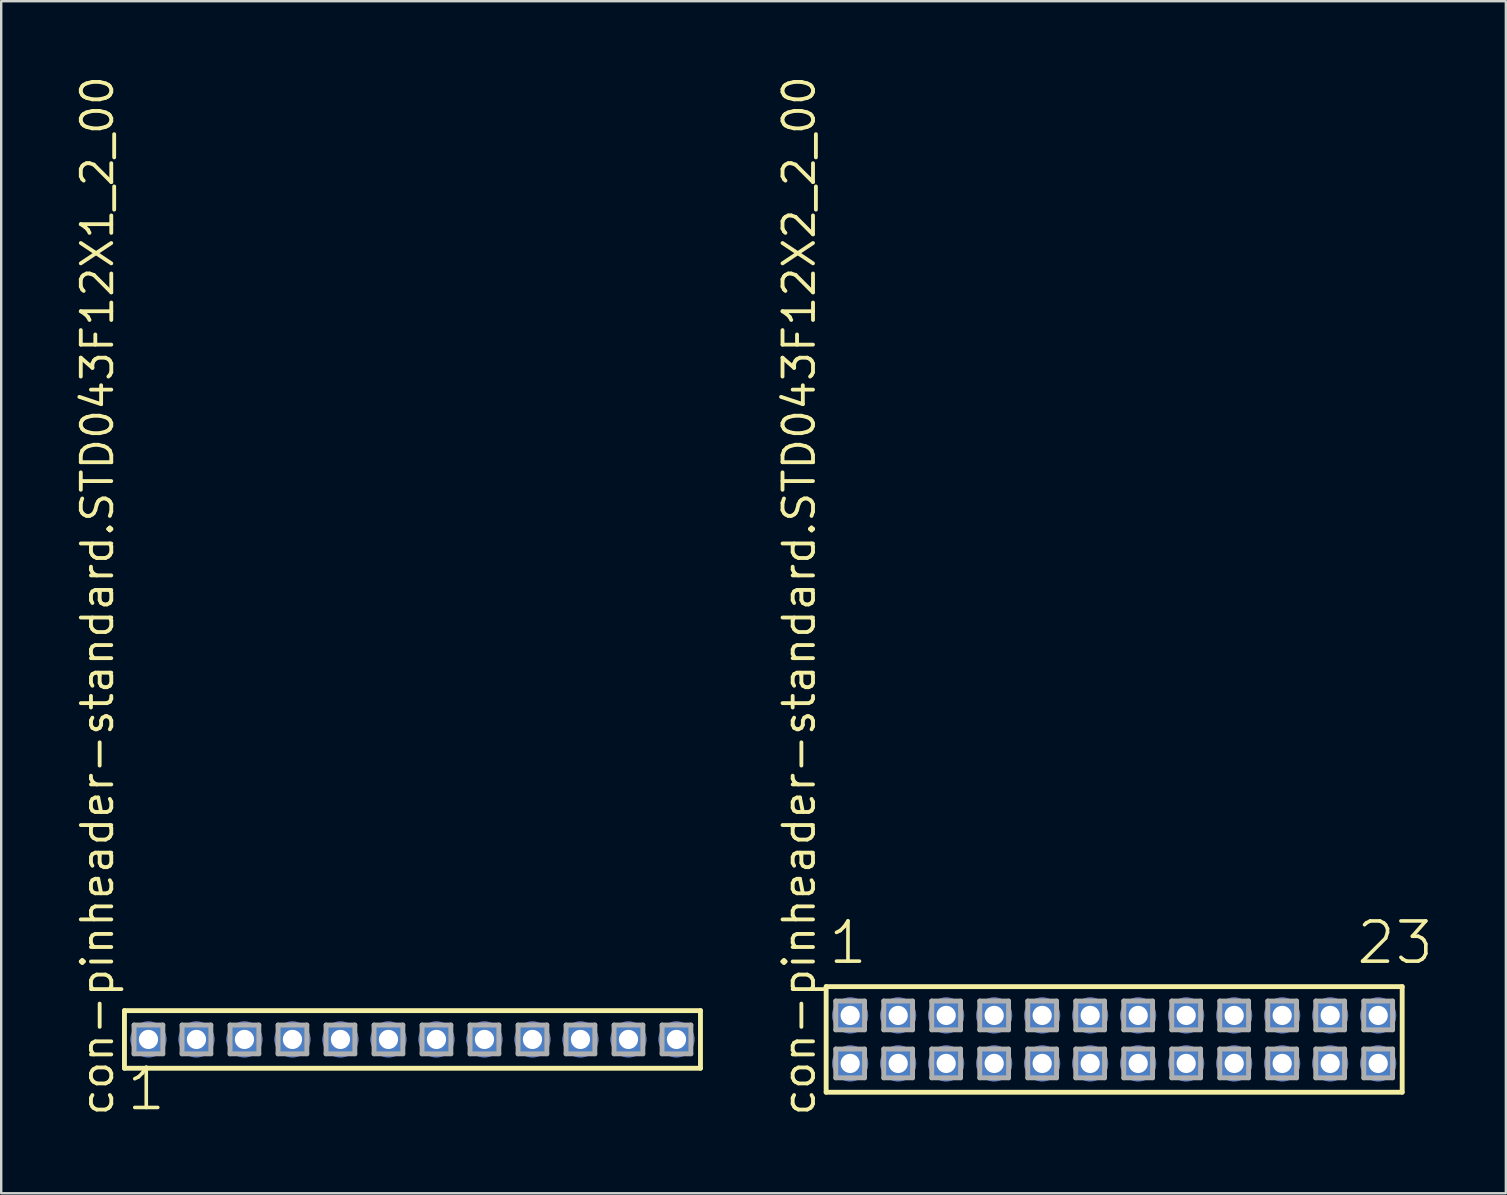
<source format=kicad_pcb>
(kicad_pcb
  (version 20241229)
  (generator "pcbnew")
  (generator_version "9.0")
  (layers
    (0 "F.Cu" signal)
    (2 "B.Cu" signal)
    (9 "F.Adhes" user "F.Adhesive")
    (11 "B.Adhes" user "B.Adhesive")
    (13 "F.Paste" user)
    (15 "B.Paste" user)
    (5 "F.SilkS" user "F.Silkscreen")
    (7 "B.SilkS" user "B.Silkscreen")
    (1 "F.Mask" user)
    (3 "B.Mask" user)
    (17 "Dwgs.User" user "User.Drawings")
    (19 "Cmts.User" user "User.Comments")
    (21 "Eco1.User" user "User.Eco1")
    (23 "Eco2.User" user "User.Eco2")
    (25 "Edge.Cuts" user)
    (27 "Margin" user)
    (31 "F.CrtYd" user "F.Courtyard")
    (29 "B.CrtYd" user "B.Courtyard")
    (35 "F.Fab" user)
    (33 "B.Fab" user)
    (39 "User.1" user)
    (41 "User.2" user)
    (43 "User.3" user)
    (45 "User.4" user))
  (footprint "con-pinheader-standard.STD043F12X2_2_00"
    (layer "F.Cu")
    (at 43.372 40.257)
    (property "Reference" "con-pinheader-standard.STD043F12X2_2_00" (at -12.385 3.27 90) (layer "F.SilkS") (effects (font (size 1.27 1.27) (thickness 0.16)) (justify left bottom)))
    (attr through_hole)
    (fp_line (start -12 -2.2) (end 12 -2.2) (stroke (width 0.203) (type default)) (layer "F.SilkS"))
    (fp_line (start -12 2.2) (end -12 -2.2) (stroke (width 0.203) (type default)) (layer "F.SilkS"))
    (fp_line (start 12 -2.2) (end 12 2.2) (stroke (width 0.203) (type default)) (layer "F.SilkS"))
    (fp_line (start 12 2.2) (end -12 2.2) (stroke (width 0.203) (type default)) (layer "F.SilkS"))
    (fp_line (start -11.6 -1.6) (end -10.4 -1.6) (stroke (width 0.203) (type default)) (layer "F.Fab"))
    (fp_line (start -11.6 -0.4) (end -11.6 -1.6) (stroke (width 0.203) (type default)) (layer "F.Fab"))
    (fp_line (start -11.6 0.4) (end -10.4 0.4) (stroke (width 0.203) (type default)) (layer "F.Fab"))
    (fp_line (start -11.6 1.6) (end -11.6 0.4) (stroke (width 0.203) (type default)) (layer "F.Fab"))
    (fp_line (start -10.4 -1.6) (end -10.4 -0.4) (stroke (width 0.203) (type default)) (layer "F.Fab"))
    (fp_line (start -10.4 -0.4) (end -11.6 -0.4) (stroke (width 0.203) (type default)) (layer "F.Fab"))
    (fp_line (start -10.4 0.4) (end -10.4 1.6) (stroke (width 0.203) (type default)) (layer "F.Fab"))
    (fp_line (start -10.4 1.6) (end -11.6 1.6) (stroke (width 0.203) (type default)) (layer "F.Fab"))
    (fp_line (start -9.6 -1.6) (end -8.4 -1.6) (stroke (width 0.203) (type default)) (layer "F.Fab"))
    (fp_line (start -9.6 -0.4) (end -9.6 -1.6) (stroke (width 0.203) (type default)) (layer "F.Fab"))
    (fp_line (start -9.6 0.4) (end -8.4 0.4) (stroke (width 0.203) (type default)) (layer "F.Fab"))
    (fp_line (start -9.6 1.6) (end -9.6 0.4) (stroke (width 0.203) (type default)) (layer "F.Fab"))
    (fp_line (start -8.4 -1.6) (end -8.4 -0.4) (stroke (width 0.203) (type default)) (layer "F.Fab"))
    (fp_line (start -8.4 -0.4) (end -9.6 -0.4) (stroke (width 0.203) (type default)) (layer "F.Fab"))
    (fp_line (start -8.4 0.4) (end -8.4 1.6) (stroke (width 0.203) (type default)) (layer "F.Fab"))
    (fp_line (start -8.4 1.6) (end -9.6 1.6) (stroke (width 0.203) (type default)) (layer "F.Fab"))
    (fp_line (start -7.6 -1.6) (end -6.4 -1.6) (stroke (width 0.203) (type default)) (layer "F.Fab"))
    (fp_line (start -7.6 -0.4) (end -7.6 -1.6) (stroke (width 0.203) (type default)) (layer "F.Fab"))
    (fp_line (start -7.6 0.4) (end -6.4 0.4) (stroke (width 0.203) (type default)) (layer "F.Fab"))
    (fp_line (start -7.6 1.6) (end -7.6 0.4) (stroke (width 0.203) (type default)) (layer "F.Fab"))
    (fp_line (start -6.4 -1.6) (end -6.4 -0.4) (stroke (width 0.203) (type default)) (layer "F.Fab"))
    (fp_line (start -6.4 -0.4) (end -7.6 -0.4) (stroke (width 0.203) (type default)) (layer "F.Fab"))
    (fp_line (start -6.4 0.4) (end -6.4 1.6) (stroke (width 0.203) (type default)) (layer "F.Fab"))
    (fp_line (start -6.4 1.6) (end -7.6 1.6) (stroke (width 0.203) (type default)) (layer "F.Fab"))
    (fp_line (start -5.6 -1.6) (end -4.4 -1.6) (stroke (width 0.203) (type default)) (layer "F.Fab"))
    (fp_line (start -5.6 -0.4) (end -5.6 -1.6) (stroke (width 0.203) (type default)) (layer "F.Fab"))
    (fp_line (start -5.6 0.4) (end -4.4 0.4) (stroke (width 0.203) (type default)) (layer "F.Fab"))
    (fp_line (start -5.6 1.6) (end -5.6 0.4) (stroke (width 0.203) (type default)) (layer "F.Fab"))
    (fp_line (start -4.4 -1.6) (end -4.4 -0.4) (stroke (width 0.203) (type default)) (layer "F.Fab"))
    (fp_line (start -4.4 -0.4) (end -5.6 -0.4) (stroke (width 0.203) (type default)) (layer "F.Fab"))
    (fp_line (start -4.4 0.4) (end -4.4 1.6) (stroke (width 0.203) (type default)) (layer "F.Fab"))
    (fp_line (start -4.4 1.6) (end -5.6 1.6) (stroke (width 0.203) (type default)) (layer "F.Fab"))
    (fp_line (start -3.6 -1.6) (end -2.4 -1.6) (stroke (width 0.203) (type default)) (layer "F.Fab"))
    (fp_line (start -3.6 -0.4) (end -3.6 -1.6) (stroke (width 0.203) (type default)) (layer "F.Fab"))
    (fp_line (start -3.6 0.4) (end -2.4 0.4) (stroke (width 0.203) (type default)) (layer "F.Fab"))
    (fp_line (start -3.6 1.6) (end -3.6 0.4) (stroke (width 0.203) (type default)) (layer "F.Fab"))
    (fp_line (start -2.4 -1.6) (end -2.4 -0.4) (stroke (width 0.203) (type default)) (layer "F.Fab"))
    (fp_line (start -2.4 -0.4) (end -3.6 -0.4) (stroke (width 0.203) (type default)) (layer "F.Fab"))
    (fp_line (start -2.4 0.4) (end -2.4 1.6) (stroke (width 0.203) (type default)) (layer "F.Fab"))
    (fp_line (start -2.4 1.6) (end -3.6 1.6) (stroke (width 0.203) (type default)) (layer "F.Fab"))
    (fp_line (start -1.6 -1.6) (end -0.4 -1.6) (stroke (width 0.203) (type default)) (layer "F.Fab"))
    (fp_line (start -1.6 -0.4) (end -1.6 -1.6) (stroke (width 0.203) (type default)) (layer "F.Fab"))
    (fp_line (start -1.6 0.4) (end -0.4 0.4) (stroke (width 0.203) (type default)) (layer "F.Fab"))
    (fp_line (start -1.6 1.6) (end -1.6 0.4) (stroke (width 0.203) (type default)) (layer "F.Fab"))
    (fp_line (start -0.4 -1.6) (end -0.4 -0.4) (stroke (width 0.203) (type default)) (layer "F.Fab"))
    (fp_line (start -0.4 -0.4) (end -1.6 -0.4) (stroke (width 0.203) (type default)) (layer "F.Fab"))
    (fp_line (start -0.4 0.4) (end -0.4 1.6) (stroke (width 0.203) (type default)) (layer "F.Fab"))
    (fp_line (start -0.4 1.6) (end -1.6 1.6) (stroke (width 0.203) (type default)) (layer "F.Fab"))
    (fp_line (start 0.4 -1.6) (end 1.6 -1.6) (stroke (width 0.203) (type default)) (layer "F.Fab"))
    (fp_line (start 0.4 -0.4) (end 0.4 -1.6) (stroke (width 0.203) (type default)) (layer "F.Fab"))
    (fp_line (start 0.4 0.4) (end 1.6 0.4) (stroke (width 0.203) (type default)) (layer "F.Fab"))
    (fp_line (start 0.4 1.6) (end 0.4 0.4) (stroke (width 0.203) (type default)) (layer "F.Fab"))
    (fp_line (start 1.6 -1.6) (end 1.6 -0.4) (stroke (width 0.203) (type default)) (layer "F.Fab"))
    (fp_line (start 1.6 -0.4) (end 0.4 -0.4) (stroke (width 0.203) (type default)) (layer "F.Fab"))
    (fp_line (start 1.6 0.4) (end 1.6 1.6) (stroke (width 0.203) (type default)) (layer "F.Fab"))
    (fp_line (start 1.6 1.6) (end 0.4 1.6) (stroke (width 0.203) (type default)) (layer "F.Fab"))
    (fp_line (start 2.4 -1.6) (end 3.6 -1.6) (stroke (width 0.203) (type default)) (layer "F.Fab"))
    (fp_line (start 2.4 -0.4) (end 2.4 -1.6) (stroke (width 0.203) (type default)) (layer "F.Fab"))
    (fp_line (start 2.4 0.4) (end 3.6 0.4) (stroke (width 0.203) (type default)) (layer "F.Fab"))
    (fp_line (start 2.4 1.6) (end 2.4 0.4) (stroke (width 0.203) (type default)) (layer "F.Fab"))
    (fp_line (start 3.6 -1.6) (end 3.6 -0.4) (stroke (width 0.203) (type default)) (layer "F.Fab"))
    (fp_line (start 3.6 -0.4) (end 2.4 -0.4) (stroke (width 0.203) (type default)) (layer "F.Fab"))
    (fp_line (start 3.6 0.4) (end 3.6 1.6) (stroke (width 0.203) (type default)) (layer "F.Fab"))
    (fp_line (start 3.6 1.6) (end 2.4 1.6) (stroke (width 0.203) (type default)) (layer "F.Fab"))
    (fp_line (start 4.4 -1.6) (end 5.6 -1.6) (stroke (width 0.203) (type default)) (layer "F.Fab"))
    (fp_line (start 4.4 -0.4) (end 4.4 -1.6) (stroke (width 0.203) (type default)) (layer "F.Fab"))
    (fp_line (start 4.4 0.4) (end 5.6 0.4) (stroke (width 0.203) (type default)) (layer "F.Fab"))
    (fp_line (start 4.4 1.6) (end 4.4 0.4) (stroke (width 0.203) (type default)) (layer "F.Fab"))
    (fp_line (start 5.6 -1.6) (end 5.6 -0.4) (stroke (width 0.203) (type default)) (layer "F.Fab"))
    (fp_line (start 5.6 -0.4) (end 4.4 -0.4) (stroke (width 0.203) (type default)) (layer "F.Fab"))
    (fp_line (start 5.6 0.4) (end 5.6 1.6) (stroke (width 0.203) (type default)) (layer "F.Fab"))
    (fp_line (start 5.6 1.6) (end 4.4 1.6) (stroke (width 0.203) (type default)) (layer "F.Fab"))
    (fp_line (start 6.4 -1.6) (end 7.6 -1.6) (stroke (width 0.203) (type default)) (layer "F.Fab"))
    (fp_line (start 6.4 -0.4) (end 6.4 -1.6) (stroke (width 0.203) (type default)) (layer "F.Fab"))
    (fp_line (start 6.4 0.4) (end 7.6 0.4) (stroke (width 0.203) (type default)) (layer "F.Fab"))
    (fp_line (start 6.4 1.6) (end 6.4 0.4) (stroke (width 0.203) (type default)) (layer "F.Fab"))
    (fp_line (start 7.6 -1.6) (end 7.6 -0.4) (stroke (width 0.203) (type default)) (layer "F.Fab"))
    (fp_line (start 7.6 -0.4) (end 6.4 -0.4) (stroke (width 0.203) (type default)) (layer "F.Fab"))
    (fp_line (start 7.6 0.4) (end 7.6 1.6) (stroke (width 0.203) (type default)) (layer "F.Fab"))
    (fp_line (start 7.6 1.6) (end 6.4 1.6) (stroke (width 0.203) (type default)) (layer "F.Fab"))
    (fp_line (start 8.4 -1.6) (end 9.6 -1.6) (stroke (width 0.203) (type default)) (layer "F.Fab"))
    (fp_line (start 8.4 -0.4) (end 8.4 -1.6) (stroke (width 0.203) (type default)) (layer "F.Fab"))
    (fp_line (start 8.4 0.4) (end 9.6 0.4) (stroke (width 0.203) (type default)) (layer "F.Fab"))
    (fp_line (start 8.4 1.6) (end 8.4 0.4) (stroke (width 0.203) (type default)) (layer "F.Fab"))
    (fp_line (start 9.6 -1.6) (end 9.6 -0.4) (stroke (width 0.203) (type default)) (layer "F.Fab"))
    (fp_line (start 9.6 -0.4) (end 8.4 -0.4) (stroke (width 0.203) (type default)) (layer "F.Fab"))
    (fp_line (start 9.6 0.4) (end 9.6 1.6) (stroke (width 0.203) (type default)) (layer "F.Fab"))
    (fp_line (start 9.6 1.6) (end 8.4 1.6) (stroke (width 0.203) (type default)) (layer "F.Fab"))
    (fp_line (start 10.4 -1.6) (end 11.6 -1.6) (stroke (width 0.203) (type default)) (layer "F.Fab"))
    (fp_line (start 10.4 -0.4) (end 10.4 -1.6) (stroke (width 0.203) (type default)) (layer "F.Fab"))
    (fp_line (start 10.4 0.4) (end 11.6 0.4) (stroke (width 0.203) (type default)) (layer "F.Fab"))
    (fp_line (start 10.4 1.6) (end 10.4 0.4) (stroke (width 0.203) (type default)) (layer "F.Fab"))
    (fp_line (start 11.6 -1.6) (end 11.6 -0.4) (stroke (width 0.203) (type default)) (layer "F.Fab"))
    (fp_line (start 11.6 -0.4) (end 10.4 -0.4) (stroke (width 0.203) (type default)) (layer "F.Fab"))
    (fp_line (start 11.6 0.4) (end 11.6 1.6) (stroke (width 0.203) (type default)) (layer "F.Fab"))
    (fp_line (start 11.6 1.6) (end 10.4 1.6) (stroke (width 0.203) (type default)) (layer "F.Fab"))
    (fp_text user "23" (at 10.012 -3.048 0) (layer "F.SilkS") (effects (font (size 1.676 1.676) (thickness 0.15)) (justify left bottom)))
    (fp_text user "1" (at -11.988 -3.048 0) (layer "F.SilkS") (effects (font (size 1.676 1.676) (thickness 0.15)) (justify left bottom)))
    (pad "1" thru_hole circle (at -11 -1) (size 1.5 1.5) (drill 0.8) (layers "*.Cu" "*.Mask"))
    (pad "2" thru_hole circle (at -11 1) (size 1.5 1.5) (drill 0.8) (layers "*.Cu" "*.Mask"))
    (pad "3" thru_hole circle (at -9 -1) (size 1.5 1.5) (drill 0.8) (layers "*.Cu" "*.Mask"))
    (pad "4" thru_hole circle (at -9 1) (size 1.5 1.5) (drill 0.8) (layers "*.Cu" "*.Mask"))
    (pad "5" thru_hole circle (at -7 -1) (size 1.5 1.5) (drill 0.8) (layers "*.Cu" "*.Mask"))
    (pad "6" thru_hole circle (at -7 1) (size 1.5 1.5) (drill 0.8) (layers "*.Cu" "*.Mask"))
    (pad "7" thru_hole circle (at -5 -1) (size 1.5 1.5) (drill 0.8) (layers "*.Cu" "*.Mask"))
    (pad "8" thru_hole circle (at -5 1) (size 1.5 1.5) (drill 0.8) (layers "*.Cu" "*.Mask"))
    (pad "9" thru_hole circle (at -3 -1) (size 1.5 1.5) (drill 0.8) (layers "*.Cu" "*.Mask"))
    (pad "10" thru_hole circle (at -3 1) (size 1.5 1.5) (drill 0.8) (layers "*.Cu" "*.Mask"))
    (pad "11" thru_hole circle (at -1 -1) (size 1.5 1.5) (drill 0.8) (layers "*.Cu" "*.Mask"))
    (pad "12" thru_hole circle (at -1 1) (size 1.5 1.5) (drill 0.8) (layers "*.Cu" "*.Mask"))
    (pad "13" thru_hole circle (at 1 -1) (size 1.5 1.5) (drill 0.8) (layers "*.Cu" "*.Mask"))
    (pad "14" thru_hole circle (at 1 1) (size 1.5 1.5) (drill 0.8) (layers "*.Cu" "*.Mask"))
    (pad "15" thru_hole circle (at 3 -1) (size 1.5 1.5) (drill 0.8) (layers "*.Cu" "*.Mask"))
    (pad "16" thru_hole circle (at 3 1) (size 1.5 1.5) (drill 0.8) (layers "*.Cu" "*.Mask"))
    (pad "17" thru_hole circle (at 5 -1) (size 1.5 1.5) (drill 0.8) (layers "*.Cu" "*.Mask"))
    (pad "18" thru_hole circle (at 5 1) (size 1.5 1.5) (drill 0.8) (layers "*.Cu" "*.Mask"))
    (pad "19" thru_hole circle (at 7 -1) (size 1.5 1.5) (drill 0.8) (layers "*.Cu" "*.Mask"))
    (pad "20" thru_hole circle (at 7 1) (size 1.5 1.5) (drill 0.8) (layers "*.Cu" "*.Mask"))
    (pad "21" thru_hole circle (at 9 -1) (size 1.5 1.5) (drill 0.8) (layers "*.Cu" "*.Mask"))
    (pad "22" thru_hole circle (at 9 1) (size 1.5 1.5) (drill 0.8) (layers "*.Cu" "*.Mask"))
    (pad "23" thru_hole circle (at 11 -1) (size 1.5 1.5) (drill 0.8) (layers "*.Cu" "*.Mask"))
    (pad "24" thru_hole circle (at 11 1) (size 1.5 1.5) (drill 0.8) (layers "*.Cu" "*.Mask")))
  (footprint "con-pinheader-standard.STD043F12X1_2_00"
    (layer "F.Cu")
    (at 14.135 40.257)
    (property "Reference" "con-pinheader-standard.STD043F12X1_2_00" (at -12.385 3.27 90) (layer "F.SilkS") (effects (font (size 1.27 1.27) (thickness 0.16)) (justify left bottom)))
    (attr through_hole)
    (fp_line (start -12 -1.2) (end 12 -1.2) (stroke (width 0.203) (type default)) (layer "F.SilkS"))
    (fp_line (start -12 1.2) (end -12 -1.2) (stroke (width 0.203) (type default)) (layer "F.SilkS"))
    (fp_line (start 12 -1.2) (end 12 1.2) (stroke (width 0.203) (type default)) (layer "F.SilkS"))
    (fp_line (start 12 1.2) (end -12 1.2) (stroke (width 0.203) (type default)) (layer "F.SilkS"))
    (fp_line (start -11.6 -0.6) (end -10.4 -0.6) (stroke (width 0.203) (type default)) (layer "F.Fab"))
    (fp_line (start -11.6 0.6) (end -11.6 -0.6) (stroke (width 0.203) (type default)) (layer "F.Fab"))
    (fp_line (start -10.4 -0.6) (end -10.4 0.6) (stroke (width 0.203) (type default)) (layer "F.Fab"))
    (fp_line (start -10.4 0.6) (end -11.6 0.6) (stroke (width 0.203) (type default)) (layer "F.Fab"))
    (fp_line (start -9.6 -0.6) (end -8.4 -0.6) (stroke (width 0.203) (type default)) (layer "F.Fab"))
    (fp_line (start -9.6 0.6) (end -9.6 -0.6) (stroke (width 0.203) (type default)) (layer "F.Fab"))
    (fp_line (start -8.4 -0.6) (end -8.4 0.6) (stroke (width 0.203) (type default)) (layer "F.Fab"))
    (fp_line (start -8.4 0.6) (end -9.6 0.6) (stroke (width 0.203) (type default)) (layer "F.Fab"))
    (fp_line (start -7.6 -0.6) (end -6.4 -0.6) (stroke (width 0.203) (type default)) (layer "F.Fab"))
    (fp_line (start -7.6 0.6) (end -7.6 -0.6) (stroke (width 0.203) (type default)) (layer "F.Fab"))
    (fp_line (start -6.4 -0.6) (end -6.4 0.6) (stroke (width 0.203) (type default)) (layer "F.Fab"))
    (fp_line (start -6.4 0.6) (end -7.6 0.6) (stroke (width 0.203) (type default)) (layer "F.Fab"))
    (fp_line (start -5.6 -0.6) (end -4.4 -0.6) (stroke (width 0.203) (type default)) (layer "F.Fab"))
    (fp_line (start -5.6 0.6) (end -5.6 -0.6) (stroke (width 0.203) (type default)) (layer "F.Fab"))
    (fp_line (start -4.4 -0.6) (end -4.4 0.6) (stroke (width 0.203) (type default)) (layer "F.Fab"))
    (fp_line (start -4.4 0.6) (end -5.6 0.6) (stroke (width 0.203) (type default)) (layer "F.Fab"))
    (fp_line (start -3.6 -0.6) (end -2.4 -0.6) (stroke (width 0.203) (type default)) (layer "F.Fab"))
    (fp_line (start -3.6 0.6) (end -3.6 -0.6) (stroke (width 0.203) (type default)) (layer "F.Fab"))
    (fp_line (start -2.4 -0.6) (end -2.4 0.6) (stroke (width 0.203) (type default)) (layer "F.Fab"))
    (fp_line (start -2.4 0.6) (end -3.6 0.6) (stroke (width 0.203) (type default)) (layer "F.Fab"))
    (fp_line (start -1.6 -0.6) (end -0.4 -0.6) (stroke (width 0.203) (type default)) (layer "F.Fab"))
    (fp_line (start -1.6 0.6) (end -1.6 -0.6) (stroke (width 0.203) (type default)) (layer "F.Fab"))
    (fp_line (start -0.4 -0.6) (end -0.4 0.6) (stroke (width 0.203) (type default)) (layer "F.Fab"))
    (fp_line (start -0.4 0.6) (end -1.6 0.6) (stroke (width 0.203) (type default)) (layer "F.Fab"))
    (fp_line (start 0.4 -0.6) (end 1.6 -0.6) (stroke (width 0.203) (type default)) (layer "F.Fab"))
    (fp_line (start 0.4 0.6) (end 0.4 -0.6) (stroke (width 0.203) (type default)) (layer "F.Fab"))
    (fp_line (start 1.6 -0.6) (end 1.6 0.6) (stroke (width 0.203) (type default)) (layer "F.Fab"))
    (fp_line (start 1.6 0.6) (end 0.4 0.6) (stroke (width 0.203) (type default)) (layer "F.Fab"))
    (fp_line (start 2.4 -0.6) (end 3.6 -0.6) (stroke (width 0.203) (type default)) (layer "F.Fab"))
    (fp_line (start 2.4 0.6) (end 2.4 -0.6) (stroke (width 0.203) (type default)) (layer "F.Fab"))
    (fp_line (start 3.6 -0.6) (end 3.6 0.6) (stroke (width 0.203) (type default)) (layer "F.Fab"))
    (fp_line (start 3.6 0.6) (end 2.4 0.6) (stroke (width 0.203) (type default)) (layer "F.Fab"))
    (fp_line (start 4.4 -0.6) (end 5.6 -0.6) (stroke (width 0.203) (type default)) (layer "F.Fab"))
    (fp_line (start 4.4 0.6) (end 4.4 -0.6) (stroke (width 0.203) (type default)) (layer "F.Fab"))
    (fp_line (start 5.6 -0.6) (end 5.6 0.6) (stroke (width 0.203) (type default)) (layer "F.Fab"))
    (fp_line (start 5.6 0.6) (end 4.4 0.6) (stroke (width 0.203) (type default)) (layer "F.Fab"))
    (fp_line (start 6.4 -0.6) (end 7.6 -0.6) (stroke (width 0.203) (type default)) (layer "F.Fab"))
    (fp_line (start 6.4 0.6) (end 6.4 -0.6) (stroke (width 0.203) (type default)) (layer "F.Fab"))
    (fp_line (start 7.6 -0.6) (end 7.6 0.6) (stroke (width 0.203) (type default)) (layer "F.Fab"))
    (fp_line (start 7.6 0.6) (end 6.4 0.6) (stroke (width 0.203) (type default)) (layer "F.Fab"))
    (fp_line (start 8.4 -0.6) (end 9.6 -0.6) (stroke (width 0.203) (type default)) (layer "F.Fab"))
    (fp_line (start 8.4 0.6) (end 8.4 -0.6) (stroke (width 0.203) (type default)) (layer "F.Fab"))
    (fp_line (start 9.6 -0.6) (end 9.6 0.6) (stroke (width 0.203) (type default)) (layer "F.Fab"))
    (fp_line (start 9.6 0.6) (end 8.4 0.6) (stroke (width 0.203) (type default)) (layer "F.Fab"))
    (fp_line (start 10.4 -0.6) (end 11.6 -0.6) (stroke (width 0.203) (type default)) (layer "F.Fab"))
    (fp_line (start 10.4 0.6) (end 10.4 -0.6) (stroke (width 0.203) (type default)) (layer "F.Fab"))
    (fp_line (start 11.6 -0.6) (end 11.6 0.6) (stroke (width 0.203) (type default)) (layer "F.Fab"))
    (fp_line (start 11.6 0.6) (end 10.4 0.6) (stroke (width 0.203) (type default)) (layer "F.Fab"))
    (fp_text user "1" (at -11.988 3.048 0) (layer "F.SilkS") (effects (font (size 1.676 1.676) (thickness 0.15)) (justify left bottom)))
    (pad "1" thru_hole circle (at -11 0) (size 1.5 1.5) (drill 0.8) (layers "*.Cu" "*.Mask"))
    (pad "2" thru_hole circle (at -9 0) (size 1.5 1.5) (drill 0.8) (layers "*.Cu" "*.Mask"))
    (pad "3" thru_hole circle (at -7 0) (size 1.5 1.5) (drill 0.8) (layers "*.Cu" "*.Mask"))
    (pad "4" thru_hole circle (at -5 0) (size 1.5 1.5) (drill 0.8) (layers "*.Cu" "*.Mask"))
    (pad "5" thru_hole circle (at -3 0) (size 1.5 1.5) (drill 0.8) (layers "*.Cu" "*.Mask"))
    (pad "6" thru_hole circle (at -1 0) (size 1.5 1.5) (drill 0.8) (layers "*.Cu" "*.Mask"))
    (pad "7" thru_hole circle (at 1 0) (size 1.5 1.5) (drill 0.8) (layers "*.Cu" "*.Mask"))
    (pad "8" thru_hole circle (at 3 0) (size 1.5 1.5) (drill 0.8) (layers "*.Cu" "*.Mask"))
    (pad "9" thru_hole circle (at 5 0) (size 1.5 1.5) (drill 0.8) (layers "*.Cu" "*.Mask"))
    (pad "10" thru_hole circle (at 7 0) (size 1.5 1.5) (drill 0.8) (layers "*.Cu" "*.Mask"))
    (pad "11" thru_hole circle (at 9 0) (size 1.5 1.5) (drill 0.8) (layers "*.Cu" "*.Mask"))
    (pad "12" thru_hole circle (at 11 0) (size 1.5 1.5) (drill 0.8) (layers "*.Cu" "*.Mask")))
  (gr_rect
    (start -3 -3)
    (end 59.691 46.666)
    (stroke (width 0.1) (type default))
    (fill no)
    (layer "Edge.Cuts")))
</source>
